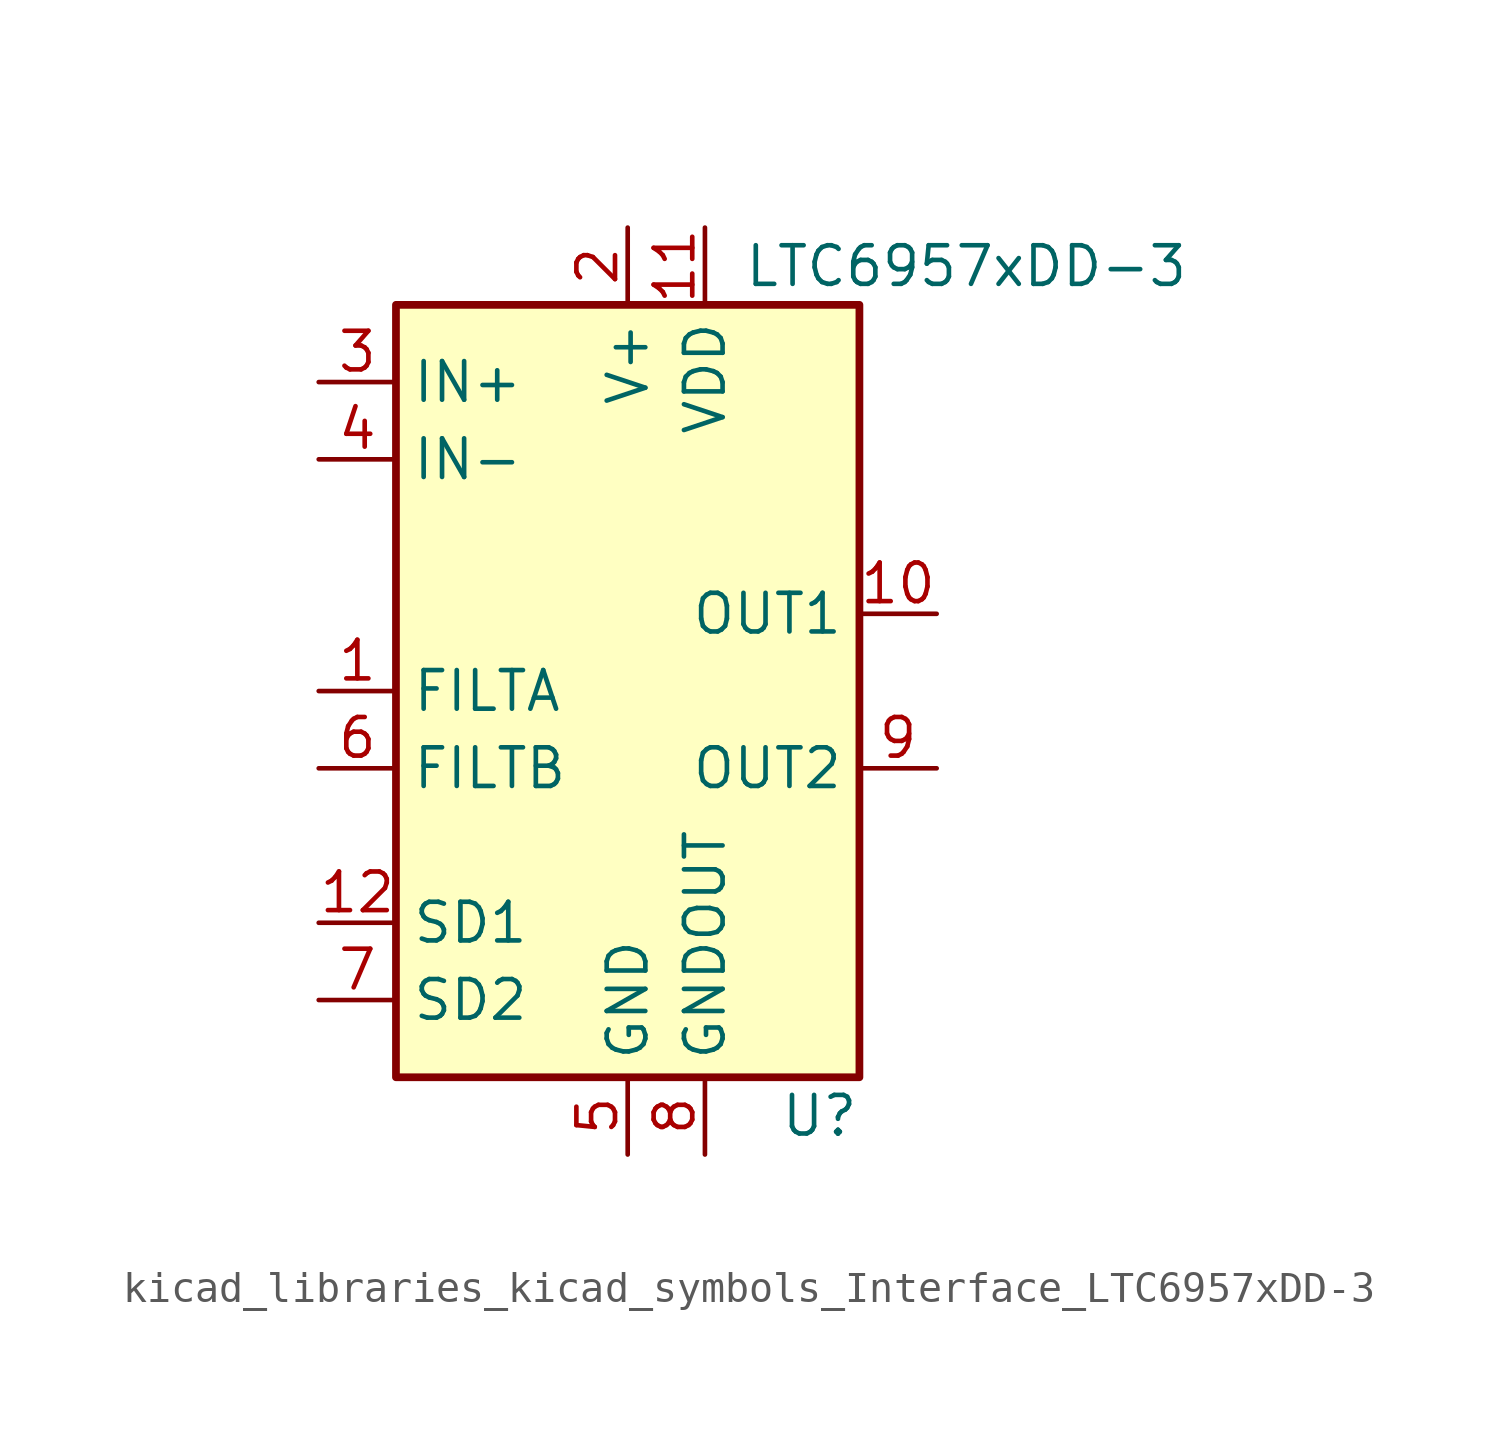
<source format=kicad_sym>
(kicad_symbol_lib
  (version 20220914)
  (generator kicad_symbol_editor)
  (symbol "kicad_libraries_kicad_symbols_Interface_LTC6957xDD-3"
    (property "Reference" "U"
      (at 7.62 -13.97 0)
      (effects (font (size 1.27 1.27)) (justify right)))
    (property "Value" "LTC6957xDD-3"
      (at 3.81 13.97 0)
      (effects (font (size 1.27 1.27)) (justify left)))
    (symbol "kicad_libraries_kicad_symbols_Interface_LTC6957xDD-3_0_1"
      (rectangle (start -7.62 12.7) (end 7.62 -12.7) (stroke (width 0.254) (type default)) (fill (type background))))
    (symbol "kicad_libraries_kicad_symbols_Interface_LTC6957xDD-3_1_1"
      (pin input line (at -10.16 0 0) (length 2.54) (name "FILTA" (effects (font (size 1.27 1.27)))) (number "1" (effects (font (size 1.27 1.27)))))
      (pin output line (at 10.16 2.54 180) (length 2.54) (name "OUT1" (effects (font (size 1.27 1.27)))) (number "10" (effects (font (size 1.27 1.27)))))
      (pin power_in line (at 2.54 15.24 270) (length 2.54) (name "VDD" (effects (font (size 1.27 1.27)))) (number "11" (effects (font (size 1.27 1.27)))))
      (pin input line (at -10.16 -7.62 0) (length 2.54) (name "SD1" (effects (font (size 1.27 1.27)))) (number "12" (effects (font (size 1.27 1.27)))))
      (pin passive line (at 0 -15.24 90) (length 2.54) hide (name "GND" (effects (font (size 1.27 1.27)))) (number "13" (effects (font (size 1.27 1.27)))))
      (pin power_in line (at 0 15.24 270) (length 2.54) (name "V+" (effects (font (size 1.27 1.27)))) (number "2" (effects (font (size 1.27 1.27)))))
      (pin input line (at -10.16 10.16 0) (length 2.54) (name "IN+" (effects (font (size 1.27 1.27)))) (number "3" (effects (font (size 1.27 1.27)))))
      (pin input line (at -10.16 7.62 0) (length 2.54) (name "IN-" (effects (font (size 1.27 1.27)))) (number "4" (effects (font (size 1.27 1.27)))))
      (pin power_in line (at 0 -15.24 90) (length 2.54) (name "GND" (effects (font (size 1.27 1.27)))) (number "5" (effects (font (size 1.27 1.27)))))
      (pin input line (at -10.16 -2.54 0) (length 2.54) (name "FILTB" (effects (font (size 1.27 1.27)))) (number "6" (effects (font (size 1.27 1.27)))))
      (pin input line (at -10.16 -10.16 0) (length 2.54) (name "SD2" (effects (font (size 1.27 1.27)))) (number "7" (effects (font (size 1.27 1.27)))))
      (pin output line (at 2.54 -15.24 90) (length 2.54) (name "GNDOUT" (effects (font (size 1.27 1.27)))) (number "8" (effects (font (size 1.27 1.27)))))
      (pin output line (at 10.16 -2.54 180) (length 2.54) (name "OUT2" (effects (font (size 1.27 1.27)))) (number "9" (effects (font (size 1.27 1.27))))))))
</source>
